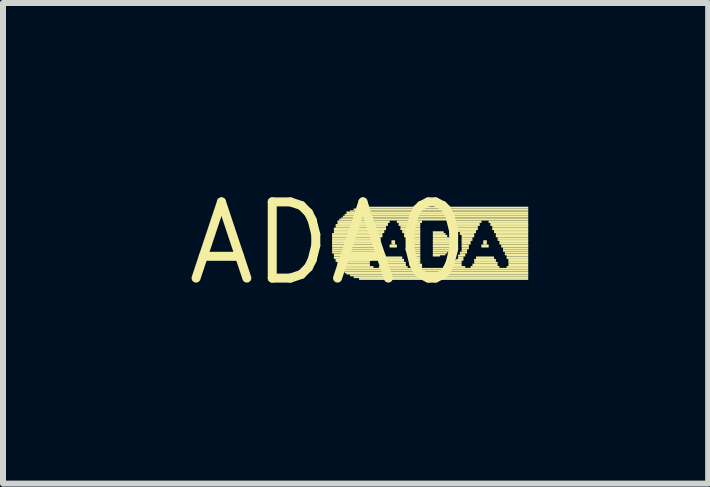
<source format=kicad_pcb>
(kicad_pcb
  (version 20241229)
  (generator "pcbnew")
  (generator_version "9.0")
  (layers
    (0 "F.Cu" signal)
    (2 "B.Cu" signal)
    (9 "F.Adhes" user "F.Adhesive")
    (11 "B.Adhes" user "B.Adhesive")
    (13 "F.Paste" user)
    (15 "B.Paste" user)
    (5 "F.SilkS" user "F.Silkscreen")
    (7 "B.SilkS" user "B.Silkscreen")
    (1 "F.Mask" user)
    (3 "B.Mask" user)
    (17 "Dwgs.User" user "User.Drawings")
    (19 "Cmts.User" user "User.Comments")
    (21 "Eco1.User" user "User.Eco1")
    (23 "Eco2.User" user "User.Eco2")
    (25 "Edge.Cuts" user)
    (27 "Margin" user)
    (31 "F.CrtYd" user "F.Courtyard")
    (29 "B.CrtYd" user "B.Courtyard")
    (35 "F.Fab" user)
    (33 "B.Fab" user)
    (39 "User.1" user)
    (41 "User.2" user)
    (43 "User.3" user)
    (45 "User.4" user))
  (footprint "ADA0"
    (layer "F.Cu")
    (at 2.426 1.006)
    (property "Reference" "ADA0" (at 0 0 0) (layer "F.SilkS") (effects (font (size 1.27 1.27) (thickness 0.15))))
    (attr through_hole)
    (fp_poly (pts (xy 0.06 -0.14) (xy 0.9 -0.14) (xy 0.9 -0.17) (xy 0.06 -0.17)) (stroke (width 0) (type solid)) (fill yes) (layer "F.SilkS"))
    (fp_poly (pts (xy 0.06 -0.1) (xy 0.9 -0.1) (xy 0.9 -0.14) (xy 0.06 -0.14)) (stroke (width 0) (type solid)) (fill yes) (layer "F.SilkS"))
    (fp_poly (pts (xy 0.06 -0.07) (xy 0.87 -0.07) (xy 0.87 -0.1) (xy 0.06 -0.1)) (stroke (width 0) (type solid)) (fill yes) (layer "F.SilkS"))
    (fp_poly (pts (xy 0.06 -0.04) (xy 0.87 -0.04) (xy 0.87 -0.07) (xy 0.06 -0.07)) (stroke (width 0) (type solid)) (fill yes) (layer "F.SilkS"))
    (fp_poly (pts (xy 0.06 -0.02) (xy 0.84 -0.02) (xy 0.84 -0.05) (xy 0.06 -0.05)) (stroke (width 0) (type solid)) (fill yes) (layer "F.SilkS"))
    (fp_poly (pts (xy 0.06 0.02) (xy 0.84 0.02) (xy 0.84 -0.02) (xy 0.06 -0.02)) (stroke (width 0) (type solid)) (fill yes) (layer "F.SilkS"))
    (fp_poly (pts (xy 0.06 0.05) (xy 0.81 0.05) (xy 0.81 0.02) (xy 0.06 0.02)) (stroke (width 0) (type solid)) (fill yes) (layer "F.SilkS"))
    (fp_poly (pts (xy 0.06 0.07) (xy 0.81 0.07) (xy 0.81 0.04) (xy 0.06 0.04)) (stroke (width 0) (type solid)) (fill yes) (layer "F.SilkS"))
    (fp_poly (pts (xy 0.06 0.1) (xy 0.81 0.1) (xy 0.81 0.07) (xy 0.06 0.07)) (stroke (width 0) (type solid)) (fill yes) (layer "F.SilkS"))
    (fp_poly (pts (xy 0.06 0.14) (xy 0.78 0.14) (xy 0.78 0.1) (xy 0.06 0.1)) (stroke (width 0) (type solid)) (fill yes) (layer "F.SilkS"))
    (fp_poly (pts (xy 0.06 0.17) (xy 0.78 0.17) (xy 0.78 0.14) (xy 0.06 0.14)) (stroke (width 0) (type solid)) (fill yes) (layer "F.SilkS"))
    (fp_poly (pts (xy 0.09 -0.22) (xy 0.96 -0.22) (xy 0.96 -0.26) (xy 0.09 -0.26)) (stroke (width 0) (type solid)) (fill yes) (layer "F.SilkS"))
    (fp_poly (pts (xy 0.09 -0.19) (xy 0.93 -0.19) (xy 0.93 -0.22) (xy 0.09 -0.22)) (stroke (width 0) (type solid)) (fill yes) (layer "F.SilkS"))
    (fp_poly (pts (xy 0.09 -0.17) (xy 0.93 -0.17) (xy 0.93 -0.2) (xy 0.09 -0.2)) (stroke (width 0) (type solid)) (fill yes) (layer "F.SilkS"))
    (fp_poly (pts (xy 0.09 0.2) (xy 0.75 0.2) (xy 0.75 0.17) (xy 0.09 0.17)) (stroke (width 0) (type solid)) (fill yes) (layer "F.SilkS"))
    (fp_poly (pts (xy 0.09 0.22) (xy 0.75 0.22) (xy 0.75 0.19) (xy 0.09 0.19)) (stroke (width 0) (type solid)) (fill yes) (layer "F.SilkS"))
    (fp_poly (pts (xy 0.09 0.26) (xy 0.72 0.26) (xy 0.72 0.22) (xy 0.09 0.22)) (stroke (width 0) (type solid)) (fill yes) (layer "F.SilkS"))
    (fp_poly (pts (xy 0.12 -0.29) (xy 0.99 -0.29) (xy 0.99 -0.32) (xy 0.12 -0.32)) (stroke (width 0) (type solid)) (fill yes) (layer "F.SilkS"))
    (fp_poly (pts (xy 0.12 -0.26) (xy 0.96 -0.26) (xy 0.96 -0.29) (xy 0.12 -0.29)) (stroke (width 0) (type solid)) (fill yes) (layer "F.SilkS"))
    (fp_poly (pts (xy 0.12 0.29) (xy 0.72 0.29) (xy 0.72 0.26) (xy 0.12 0.26)) (stroke (width 0) (type solid)) (fill yes) (layer "F.SilkS"))
    (fp_poly (pts (xy 0.12 0.31) (xy 0.69 0.31) (xy 0.69 0.28) (xy 0.12 0.28)) (stroke (width 0) (type solid)) (fill yes) (layer "F.SilkS"))
    (fp_poly (pts (xy 0.15 -0.34) (xy 1.02 -0.34) (xy 1.02 -0.38) (xy 0.15 -0.38)) (stroke (width 0) (type solid)) (fill yes) (layer "F.SilkS"))
    (fp_poly (pts (xy 0.15 -0.31) (xy 0.99 -0.31) (xy 0.99 -0.34) (xy 0.15 -0.34)) (stroke (width 0) (type solid)) (fill yes) (layer "F.SilkS"))
    (fp_poly (pts (xy 0.15 0.34) (xy 0.69 0.34) (xy 0.69 0.31) (xy 0.15 0.31)) (stroke (width 0) (type solid)) (fill yes) (layer "F.SilkS"))
    (fp_poly (pts (xy 0.15 0.38) (xy 0.69 0.38) (xy 0.69 0.34) (xy 0.15 0.34)) (stroke (width 0) (type solid)) (fill yes) (layer "F.SilkS"))
    (fp_poly (pts (xy 0.18 -0.38) (xy 3.33 -0.38) (xy 3.33 -0.41) (xy 0.18 -0.41)) (stroke (width 0) (type solid)) (fill yes) (layer "F.SilkS"))
    (fp_poly (pts (xy 0.18 0.41) (xy 0.75 0.41) (xy 0.75 0.38) (xy 0.18 0.38)) (stroke (width 0) (type solid)) (fill yes) (layer "F.SilkS"))
    (fp_poly (pts (xy 0.21 -0.41) (xy 3.33 -0.41) (xy 3.33 -0.43) (xy 0.21 -0.43)) (stroke (width 0) (type solid)) (fill yes) (layer "F.SilkS"))
    (fp_poly (pts (xy 0.21 0.44) (xy 3.33 0.44) (xy 3.33 0.41) (xy 0.21 0.41)) (stroke (width 0) (type solid)) (fill yes) (layer "F.SilkS"))
    (fp_poly (pts (xy 0.24 -0.43) (xy 3.33 -0.43) (xy 3.33 -0.46) (xy 0.24 -0.46)) (stroke (width 0) (type solid)) (fill yes) (layer "F.SilkS"))
    (fp_poly (pts (xy 0.24 0.47) (xy 3.33 0.47) (xy 3.33 0.44) (xy 0.24 0.44)) (stroke (width 0) (type solid)) (fill yes) (layer "F.SilkS"))
    (fp_poly (pts (xy 0.27 -0.46) (xy 3.33 -0.46) (xy 3.33 -0.49) (xy 0.27 -0.49)) (stroke (width 0) (type solid)) (fill yes) (layer "F.SilkS"))
    (fp_poly (pts (xy 0.27 0.5) (xy 3.33 0.5) (xy 3.33 0.47) (xy 0.27 0.47)) (stroke (width 0) (type solid)) (fill yes) (layer "F.SilkS"))
    (fp_poly (pts (xy 0.3 -0.49) (xy 3.33 -0.49) (xy 3.33 -0.53) (xy 0.3 -0.53)) (stroke (width 0) (type solid)) (fill yes) (layer "F.SilkS"))
    (fp_poly (pts (xy 0.3 0.52) (xy 3.33 0.52) (xy 3.33 0.49) (xy 0.3 0.49)) (stroke (width 0) (type solid)) (fill yes) (layer "F.SilkS"))
    (fp_poly (pts (xy 0.36 -0.53) (xy 3.33 -0.53) (xy 3.33 -0.55) (xy 0.36 -0.55)) (stroke (width 0) (type solid)) (fill yes) (layer "F.SilkS"))
    (fp_poly (pts (xy 0.36 0.55) (xy 3.33 0.55) (xy 3.33 0.52) (xy 0.36 0.52)) (stroke (width 0) (type solid)) (fill yes) (layer "F.SilkS"))
    (fp_poly (pts (xy 0.42 -0.55) (xy 3.33 -0.55) (xy 3.33 -0.58) (xy 0.42 -0.58)) (stroke (width 0) (type solid)) (fill yes) (layer "F.SilkS"))
    (fp_poly (pts (xy 0.42 0.58) (xy 3.33 0.58) (xy 3.33 0.55) (xy 0.42 0.55)) (stroke (width 0) (type solid)) (fill yes) (layer "F.SilkS"))
    (fp_poly (pts (xy 0.51 -0.58) (xy 3.33 -0.58) (xy 3.33 -0.61) (xy 0.51 -0.61)) (stroke (width 0) (type solid)) (fill yes) (layer "F.SilkS"))
    (fp_poly (pts (xy 0.51 0.61) (xy 3.33 0.61) (xy 3.33 0.58) (xy 0.51 0.58)) (stroke (width 0) (type solid)) (fill yes) (layer "F.SilkS"))
    (fp_poly (pts (xy 0.84 0.41) (xy 1.32 0.41) (xy 1.32 0.38) (xy 0.84 0.38)) (stroke (width 0) (type solid)) (fill yes) (layer "F.SilkS"))
    (fp_poly (pts (xy 0.87 0.38) (xy 1.29 0.38) (xy 1.29 0.34) (xy 0.87 0.34)) (stroke (width 0) (type solid)) (fill yes) (layer "F.SilkS"))
    (fp_poly (pts (xy 0.9 0.29) (xy 1.26 0.29) (xy 1.26 0.26) (xy 0.9 0.26)) (stroke (width 0) (type solid)) (fill yes) (layer "F.SilkS"))
    (fp_poly (pts (xy 0.9 0.31) (xy 1.26 0.31) (xy 1.26 0.28) (xy 0.9 0.28)) (stroke (width 0) (type solid)) (fill yes) (layer "F.SilkS"))
    (fp_poly (pts (xy 0.9 0.34) (xy 1.29 0.34) (xy 1.29 0.31) (xy 0.9 0.31)) (stroke (width 0) (type solid)) (fill yes) (layer "F.SilkS"))
    (fp_poly (pts (xy 0.93 0.26) (xy 1.23 0.26) (xy 1.23 0.22) (xy 0.93 0.22)) (stroke (width 0) (type solid)) (fill yes) (layer "F.SilkS"))
    (fp_poly (pts (xy 1.02 0.05) (xy 1.14 0.05) (xy 1.14 0.02) (xy 1.02 0.02)) (stroke (width 0) (type solid)) (fill yes) (layer "F.SilkS"))
    (fp_poly (pts (xy 1.02 0.07) (xy 1.14 0.07) (xy 1.14 0.04) (xy 1.02 0.04)) (stroke (width 0) (type solid)) (fill yes) (layer "F.SilkS"))
    (fp_poly (pts (xy 1.05 -0.02) (xy 1.11 -0.02) (xy 1.11 -0.05) (xy 1.05 -0.05)) (stroke (width 0) (type solid)) (fill yes) (layer "F.SilkS"))
    (fp_poly (pts (xy 1.05 0.02) (xy 1.11 0.02) (xy 1.11 -0.02) (xy 1.05 -0.02)) (stroke (width 0) (type solid)) (fill yes) (layer "F.SilkS"))
    (fp_poly (pts (xy 1.14 -0.34) (xy 1.56 -0.34) (xy 1.56 -0.38) (xy 1.14 -0.38)) (stroke (width 0) (type solid)) (fill yes) (layer "F.SilkS"))
    (fp_poly (pts (xy 1.17 -0.31) (xy 1.53 -0.31) (xy 1.53 -0.34) (xy 1.17 -0.34)) (stroke (width 0) (type solid)) (fill yes) (layer "F.SilkS"))
    (fp_poly (pts (xy 1.17 -0.29) (xy 1.53 -0.29) (xy 1.53 -0.32) (xy 1.17 -0.32)) (stroke (width 0) (type solid)) (fill yes) (layer "F.SilkS"))
    (fp_poly (pts (xy 1.2 -0.26) (xy 1.53 -0.26) (xy 1.53 -0.29) (xy 1.2 -0.29)) (stroke (width 0) (type solid)) (fill yes) (layer "F.SilkS"))
    (fp_poly (pts (xy 1.2 -0.22) (xy 1.53 -0.22) (xy 1.53 -0.26) (xy 1.2 -0.26)) (stroke (width 0) (type solid)) (fill yes) (layer "F.SilkS"))
    (fp_poly (pts (xy 1.23 -0.19) (xy 1.53 -0.19) (xy 1.53 -0.22) (xy 1.23 -0.22)) (stroke (width 0) (type solid)) (fill yes) (layer "F.SilkS"))
    (fp_poly (pts (xy 1.23 -0.17) (xy 1.53 -0.17) (xy 1.53 -0.2) (xy 1.23 -0.2)) (stroke (width 0) (type solid)) (fill yes) (layer "F.SilkS"))
    (fp_poly (pts (xy 1.26 -0.14) (xy 1.53 -0.14) (xy 1.53 -0.17) (xy 1.26 -0.17)) (stroke (width 0) (type solid)) (fill yes) (layer "F.SilkS"))
    (fp_poly (pts (xy 1.26 -0.1) (xy 1.53 -0.1) (xy 1.53 -0.14) (xy 1.26 -0.14)) (stroke (width 0) (type solid)) (fill yes) (layer "F.SilkS"))
    (fp_poly (pts (xy 1.29 -0.07) (xy 1.53 -0.07) (xy 1.53 -0.1) (xy 1.29 -0.1)) (stroke (width 0) (type solid)) (fill yes) (layer "F.SilkS"))
    (fp_poly (pts (xy 1.29 -0.04) (xy 1.53 -0.04) (xy 1.53 -0.07) (xy 1.29 -0.07)) (stroke (width 0) (type solid)) (fill yes) (layer "F.SilkS"))
    (fp_poly (pts (xy 1.32 -0.02) (xy 1.53 -0.02) (xy 1.53 -0.05) (xy 1.32 -0.05)) (stroke (width 0) (type solid)) (fill yes) (layer "F.SilkS"))
    (fp_poly (pts (xy 1.32 0.02) (xy 1.53 0.02) (xy 1.53 -0.02) (xy 1.32 -0.02)) (stroke (width 0) (type solid)) (fill yes) (layer "F.SilkS"))
    (fp_poly (pts (xy 1.35 0.05) (xy 1.53 0.05) (xy 1.53 0.02) (xy 1.35 0.02)) (stroke (width 0) (type solid)) (fill yes) (layer "F.SilkS"))
    (fp_poly (pts (xy 1.35 0.07) (xy 1.53 0.07) (xy 1.53 0.04) (xy 1.35 0.04)) (stroke (width 0) (type solid)) (fill yes) (layer "F.SilkS"))
    (fp_poly (pts (xy 1.38 0.1) (xy 1.53 0.1) (xy 1.53 0.07) (xy 1.38 0.07)) (stroke (width 0) (type solid)) (fill yes) (layer "F.SilkS"))
    (fp_poly (pts (xy 1.38 0.14) (xy 1.53 0.14) (xy 1.53 0.1) (xy 1.38 0.1)) (stroke (width 0) (type solid)) (fill yes) (layer "F.SilkS"))
    (fp_poly (pts (xy 1.41 0.17) (xy 1.53 0.17) (xy 1.53 0.14) (xy 1.41 0.14)) (stroke (width 0) (type solid)) (fill yes) (layer "F.SilkS"))
    (fp_poly (pts (xy 1.41 0.2) (xy 1.53 0.2) (xy 1.53 0.17) (xy 1.41 0.17)) (stroke (width 0) (type solid)) (fill yes) (layer "F.SilkS"))
    (fp_poly (pts (xy 1.44 0.22) (xy 1.53 0.22) (xy 1.53 0.19) (xy 1.44 0.19)) (stroke (width 0) (type solid)) (fill yes) (layer "F.SilkS"))
    (fp_poly (pts (xy 1.44 0.26) (xy 1.53 0.26) (xy 1.53 0.22) (xy 1.44 0.22)) (stroke (width 0) (type solid)) (fill yes) (layer "F.SilkS"))
    (fp_poly (pts (xy 1.44 0.41) (xy 1.56 0.41) (xy 1.56 0.38) (xy 1.44 0.38)) (stroke (width 0) (type solid)) (fill yes) (layer "F.SilkS"))
    (fp_poly (pts (xy 1.47 0.29) (xy 1.53 0.29) (xy 1.53 0.26) (xy 1.47 0.26)) (stroke (width 0) (type solid)) (fill yes) (layer "F.SilkS"))
    (fp_poly (pts (xy 1.47 0.31) (xy 1.53 0.31) (xy 1.53 0.28) (xy 1.47 0.28)) (stroke (width 0) (type solid)) (fill yes) (layer "F.SilkS"))
    (fp_poly (pts (xy 1.47 0.34) (xy 1.53 0.34) (xy 1.53 0.31) (xy 1.47 0.31)) (stroke (width 0) (type solid)) (fill yes) (layer "F.SilkS"))
    (fp_poly (pts (xy 1.47 0.38) (xy 1.56 0.38) (xy 1.56 0.34) (xy 1.47 0.34)) (stroke (width 0) (type solid)) (fill yes) (layer "F.SilkS"))
    (fp_poly (pts (xy 1.74 -0.17) (xy 1.92 -0.17) (xy 1.92 -0.2) (xy 1.74 -0.2)) (stroke (width 0) (type solid)) (fill yes) (layer "F.SilkS"))
    (fp_poly (pts (xy 1.74 -0.14) (xy 1.95 -0.14) (xy 1.95 -0.17) (xy 1.74 -0.17)) (stroke (width 0) (type solid)) (fill yes) (layer "F.SilkS"))
    (fp_poly (pts (xy 1.74 -0.1) (xy 1.98 -0.1) (xy 1.98 -0.14) (xy 1.74 -0.14)) (stroke (width 0) (type solid)) (fill yes) (layer "F.SilkS"))
    (fp_poly (pts (xy 1.74 -0.07) (xy 2.01 -0.07) (xy 2.01 -0.1) (xy 1.74 -0.1)) (stroke (width 0) (type solid)) (fill yes) (layer "F.SilkS"))
    (fp_poly (pts (xy 1.74 -0.04) (xy 2.04 -0.04) (xy 2.04 -0.07) (xy 1.74 -0.07)) (stroke (width 0) (type solid)) (fill yes) (layer "F.SilkS"))
    (fp_poly (pts (xy 1.74 -0.02) (xy 2.04 -0.02) (xy 2.04 -0.05) (xy 1.74 -0.05)) (stroke (width 0) (type solid)) (fill yes) (layer "F.SilkS"))
    (fp_poly (pts (xy 1.74 0.02) (xy 2.04 0.02) (xy 2.04 -0.02) (xy 1.74 -0.02)) (stroke (width 0) (type solid)) (fill yes) (layer "F.SilkS"))
    (fp_poly (pts (xy 1.74 0.05) (xy 2.04 0.05) (xy 2.04 0.02) (xy 1.74 0.02)) (stroke (width 0) (type solid)) (fill yes) (layer "F.SilkS"))
    (fp_poly (pts (xy 1.74 0.07) (xy 2.04 0.07) (xy 2.04 0.04) (xy 1.74 0.04)) (stroke (width 0) (type solid)) (fill yes) (layer "F.SilkS"))
    (fp_poly (pts (xy 1.74 0.1) (xy 2.01 0.1) (xy 2.01 0.07) (xy 1.74 0.07)) (stroke (width 0) (type solid)) (fill yes) (layer "F.SilkS"))
    (fp_poly (pts (xy 1.74 0.14) (xy 2.01 0.14) (xy 2.01 0.1) (xy 1.74 0.1)) (stroke (width 0) (type solid)) (fill yes) (layer "F.SilkS"))
    (fp_poly (pts (xy 1.74 0.17) (xy 1.98 0.17) (xy 1.98 0.14) (xy 1.74 0.14)) (stroke (width 0) (type solid)) (fill yes) (layer "F.SilkS"))
    (fp_poly (pts (xy 1.74 0.2) (xy 1.95 0.2) (xy 1.95 0.17) (xy 1.74 0.17)) (stroke (width 0) (type solid)) (fill yes) (layer "F.SilkS"))
    (fp_poly (pts (xy 1.74 0.22) (xy 1.86 0.22) (xy 1.86 0.19) (xy 1.74 0.19)) (stroke (width 0) (type solid)) (fill yes) (layer "F.SilkS"))
    (fp_poly (pts (xy 1.92 0.41) (xy 2.28 0.41) (xy 2.28 0.38) (xy 1.92 0.38)) (stroke (width 0) (type solid)) (fill yes) (layer "F.SilkS"))
    (fp_poly (pts (xy 1.98 -0.34) (xy 2.55 -0.34) (xy 2.55 -0.38) (xy 1.98 -0.38)) (stroke (width 0) (type solid)) (fill yes) (layer "F.SilkS"))
    (fp_poly (pts (xy 2.01 0.38) (xy 2.22 0.38) (xy 2.22 0.34) (xy 2.01 0.34)) (stroke (width 0) (type solid)) (fill yes) (layer "F.SilkS"))
    (fp_poly (pts (xy 2.04 -0.31) (xy 2.52 -0.31) (xy 2.52 -0.34) (xy 2.04 -0.34)) (stroke (width 0) (type solid)) (fill yes) (layer "F.SilkS"))
    (fp_poly (pts (xy 2.07 -0.29) (xy 2.52 -0.29) (xy 2.52 -0.32) (xy 2.07 -0.32)) (stroke (width 0) (type solid)) (fill yes) (layer "F.SilkS"))
    (fp_poly (pts (xy 2.07 0.34) (xy 2.22 0.34) (xy 2.22 0.31) (xy 2.07 0.31)) (stroke (width 0) (type solid)) (fill yes) (layer "F.SilkS"))
    (fp_poly (pts (xy 2.1 -0.26) (xy 2.49 -0.26) (xy 2.49 -0.29) (xy 2.1 -0.29)) (stroke (width 0) (type solid)) (fill yes) (layer "F.SilkS"))
    (fp_poly (pts (xy 2.1 0.31) (xy 2.22 0.31) (xy 2.22 0.28) (xy 2.1 0.28)) (stroke (width 0) (type solid)) (fill yes) (layer "F.SilkS"))
    (fp_poly (pts (xy 2.13 -0.22) (xy 2.49 -0.22) (xy 2.49 -0.26) (xy 2.13 -0.26)) (stroke (width 0) (type solid)) (fill yes) (layer "F.SilkS"))
    (fp_poly (pts (xy 2.13 0.29) (xy 2.25 0.29) (xy 2.25 0.26) (xy 2.13 0.26)) (stroke (width 0) (type solid)) (fill yes) (layer "F.SilkS"))
    (fp_poly (pts (xy 2.16 -0.19) (xy 2.46 -0.19) (xy 2.46 -0.22) (xy 2.16 -0.22)) (stroke (width 0) (type solid)) (fill yes) (layer "F.SilkS"))
    (fp_poly (pts (xy 2.16 0.22) (xy 2.28 0.22) (xy 2.28 0.19) (xy 2.16 0.19)) (stroke (width 0) (type solid)) (fill yes) (layer "F.SilkS"))
    (fp_poly (pts (xy 2.16 0.26) (xy 2.25 0.26) (xy 2.25 0.22) (xy 2.16 0.22)) (stroke (width 0) (type solid)) (fill yes) (layer "F.SilkS"))
    (fp_poly (pts (xy 2.19 -0.17) (xy 2.46 -0.17) (xy 2.46 -0.2) (xy 2.19 -0.2)) (stroke (width 0) (type solid)) (fill yes) (layer "F.SilkS"))
    (fp_poly (pts (xy 2.19 -0.14) (xy 2.43 -0.14) (xy 2.43 -0.17) (xy 2.19 -0.17)) (stroke (width 0) (type solid)) (fill yes) (layer "F.SilkS"))
    (fp_poly (pts (xy 2.19 0.17) (xy 2.31 0.17) (xy 2.31 0.14) (xy 2.19 0.14)) (stroke (width 0) (type solid)) (fill yes) (layer "F.SilkS"))
    (fp_poly (pts (xy 2.19 0.2) (xy 2.28 0.2) (xy 2.28 0.17) (xy 2.19 0.17)) (stroke (width 0) (type solid)) (fill yes) (layer "F.SilkS"))
    (fp_poly (pts (xy 2.22 -0.1) (xy 2.43 -0.1) (xy 2.43 -0.14) (xy 2.22 -0.14)) (stroke (width 0) (type solid)) (fill yes) (layer "F.SilkS"))
    (fp_poly (pts (xy 2.22 -0.07) (xy 2.4 -0.07) (xy 2.4 -0.1) (xy 2.22 -0.1)) (stroke (width 0) (type solid)) (fill yes) (layer "F.SilkS"))
    (fp_poly (pts (xy 2.22 -0.04) (xy 2.4 -0.04) (xy 2.4 -0.07) (xy 2.22 -0.07)) (stroke (width 0) (type solid)) (fill yes) (layer "F.SilkS"))
    (fp_poly (pts (xy 2.22 -0.02) (xy 2.37 -0.02) (xy 2.37 -0.05) (xy 2.22 -0.05)) (stroke (width 0) (type solid)) (fill yes) (layer "F.SilkS"))
    (fp_poly (pts (xy 2.22 0.02) (xy 2.37 0.02) (xy 2.37 -0.02) (xy 2.22 -0.02)) (stroke (width 0) (type solid)) (fill yes) (layer "F.SilkS"))
    (fp_poly (pts (xy 2.22 0.05) (xy 2.34 0.05) (xy 2.34 0.02) (xy 2.22 0.02)) (stroke (width 0) (type solid)) (fill yes) (layer "F.SilkS"))
    (fp_poly (pts (xy 2.22 0.07) (xy 2.34 0.07) (xy 2.34 0.04) (xy 2.22 0.04)) (stroke (width 0) (type solid)) (fill yes) (layer "F.SilkS"))
    (fp_poly (pts (xy 2.22 0.1) (xy 2.34 0.1) (xy 2.34 0.07) (xy 2.22 0.07)) (stroke (width 0) (type solid)) (fill yes) (layer "F.SilkS"))
    (fp_poly (pts (xy 2.22 0.14) (xy 2.31 0.14) (xy 2.31 0.1) (xy 2.22 0.1)) (stroke (width 0) (type solid)) (fill yes) (layer "F.SilkS"))
    (fp_poly (pts (xy 2.37 0.41) (xy 2.85 0.41) (xy 2.85 0.38) (xy 2.37 0.38)) (stroke (width 0) (type solid)) (fill yes) (layer "F.SilkS"))
    (fp_poly (pts (xy 2.4 0.38) (xy 2.82 0.38) (xy 2.82 0.34) (xy 2.4 0.34)) (stroke (width 0) (type solid)) (fill yes) (layer "F.SilkS"))
    (fp_poly (pts (xy 2.43 0.29) (xy 2.79 0.29) (xy 2.79 0.26) (xy 2.43 0.26)) (stroke (width 0) (type solid)) (fill yes) (layer "F.SilkS"))
    (fp_poly (pts (xy 2.43 0.31) (xy 2.79 0.31) (xy 2.79 0.28) (xy 2.43 0.28)) (stroke (width 0) (type solid)) (fill yes) (layer "F.SilkS"))
    (fp_poly (pts (xy 2.43 0.34) (xy 2.82 0.34) (xy 2.82 0.31) (xy 2.43 0.31)) (stroke (width 0) (type solid)) (fill yes) (layer "F.SilkS"))
    (fp_poly (pts (xy 2.46 0.26) (xy 2.76 0.26) (xy 2.76 0.22) (xy 2.46 0.22)) (stroke (width 0) (type solid)) (fill yes) (layer "F.SilkS"))
    (fp_poly (pts (xy 2.55 0.05) (xy 2.67 0.05) (xy 2.67 0.02) (xy 2.55 0.02)) (stroke (width 0) (type solid)) (fill yes) (layer "F.SilkS"))
    (fp_poly (pts (xy 2.55 0.07) (xy 2.67 0.07) (xy 2.67 0.04) (xy 2.55 0.04)) (stroke (width 0) (type solid)) (fill yes) (layer "F.SilkS"))
    (fp_poly (pts (xy 2.58 -0.02) (xy 2.64 -0.02) (xy 2.64 -0.05) (xy 2.58 -0.05)) (stroke (width 0) (type solid)) (fill yes) (layer "F.SilkS"))
    (fp_poly (pts (xy 2.58 0.02) (xy 2.64 0.02) (xy 2.64 -0.02) (xy 2.58 -0.02)) (stroke (width 0) (type solid)) (fill yes) (layer "F.SilkS"))
    (fp_poly (pts (xy 2.67 -0.34) (xy 3.33 -0.34) (xy 3.33 -0.38) (xy 2.67 -0.38)) (stroke (width 0) (type solid)) (fill yes) (layer "F.SilkS"))
    (fp_poly (pts (xy 2.7 -0.31) (xy 3.33 -0.31) (xy 3.33 -0.34) (xy 2.7 -0.34)) (stroke (width 0) (type solid)) (fill yes) (layer "F.SilkS"))
    (fp_poly (pts (xy 2.7 -0.29) (xy 3.33 -0.29) (xy 3.33 -0.32) (xy 2.7 -0.32)) (stroke (width 0) (type solid)) (fill yes) (layer "F.SilkS"))
    (fp_poly (pts (xy 2.73 -0.26) (xy 3.33 -0.26) (xy 3.33 -0.29) (xy 2.73 -0.29)) (stroke (width 0) (type solid)) (fill yes) (layer "F.SilkS"))
    (fp_poly (pts (xy 2.73 -0.22) (xy 3.33 -0.22) (xy 3.33 -0.26) (xy 2.73 -0.26)) (stroke (width 0) (type solid)) (fill yes) (layer "F.SilkS"))
    (fp_poly (pts (xy 2.76 -0.19) (xy 3.33 -0.19) (xy 3.33 -0.22) (xy 2.76 -0.22)) (stroke (width 0) (type solid)) (fill yes) (layer "F.SilkS"))
    (fp_poly (pts (xy 2.76 -0.17) (xy 3.33 -0.17) (xy 3.33 -0.2) (xy 2.76 -0.2)) (stroke (width 0) (type solid)) (fill yes) (layer "F.SilkS"))
    (fp_poly (pts (xy 2.79 -0.14) (xy 3.33 -0.14) (xy 3.33 -0.17) (xy 2.79 -0.17)) (stroke (width 0) (type solid)) (fill yes) (layer "F.SilkS"))
    (fp_poly (pts (xy 2.79 -0.1) (xy 3.33 -0.1) (xy 3.33 -0.14) (xy 2.79 -0.14)) (stroke (width 0) (type solid)) (fill yes) (layer "F.SilkS"))
    (fp_poly (pts (xy 2.82 -0.07) (xy 3.33 -0.07) (xy 3.33 -0.1) (xy 2.82 -0.1)) (stroke (width 0) (type solid)) (fill yes) (layer "F.SilkS"))
    (fp_poly (pts (xy 2.82 -0.04) (xy 3.33 -0.04) (xy 3.33 -0.07) (xy 2.82 -0.07)) (stroke (width 0) (type solid)) (fill yes) (layer "F.SilkS"))
    (fp_poly (pts (xy 2.85 -0.02) (xy 3.33 -0.02) (xy 3.33 -0.05) (xy 2.85 -0.05)) (stroke (width 0) (type solid)) (fill yes) (layer "F.SilkS"))
    (fp_poly (pts (xy 2.85 0.02) (xy 3.33 0.02) (xy 3.33 -0.02) (xy 2.85 -0.02)) (stroke (width 0) (type solid)) (fill yes) (layer "F.SilkS"))
    (fp_poly (pts (xy 2.88 0.05) (xy 3.33 0.05) (xy 3.33 0.02) (xy 2.88 0.02)) (stroke (width 0) (type solid)) (fill yes) (layer "F.SilkS"))
    (fp_poly (pts (xy 2.88 0.07) (xy 3.33 0.07) (xy 3.33 0.04) (xy 2.88 0.04)) (stroke (width 0) (type solid)) (fill yes) (layer "F.SilkS"))
    (fp_poly (pts (xy 2.91 0.1) (xy 3.33 0.1) (xy 3.33 0.07) (xy 2.91 0.07)) (stroke (width 0) (type solid)) (fill yes) (layer "F.SilkS"))
    (fp_poly (pts (xy 2.91 0.14) (xy 3.33 0.14) (xy 3.33 0.1) (xy 2.91 0.1)) (stroke (width 0) (type solid)) (fill yes) (layer "F.SilkS"))
    (fp_poly (pts (xy 2.94 0.17) (xy 3.33 0.17) (xy 3.33 0.14) (xy 2.94 0.14)) (stroke (width 0) (type solid)) (fill yes) (layer "F.SilkS"))
    (fp_poly (pts (xy 2.94 0.2) (xy 3.33 0.2) (xy 3.33 0.17) (xy 2.94 0.17)) (stroke (width 0) (type solid)) (fill yes) (layer "F.SilkS"))
    (fp_poly (pts (xy 2.97 0.22) (xy 3.33 0.22) (xy 3.33 0.19) (xy 2.97 0.19)) (stroke (width 0) (type solid)) (fill yes) (layer "F.SilkS"))
    (fp_poly (pts (xy 2.97 0.26) (xy 3.33 0.26) (xy 3.33 0.22) (xy 2.97 0.22)) (stroke (width 0) (type solid)) (fill yes) (layer "F.SilkS"))
    (fp_poly (pts (xy 2.97 0.41) (xy 3.33 0.41) (xy 3.33 0.38) (xy 2.97 0.38)) (stroke (width 0) (type solid)) (fill yes) (layer "F.SilkS"))
    (fp_poly (pts (xy 3 0.29) (xy 3.33 0.29) (xy 3.33 0.26) (xy 3 0.26)) (stroke (width 0) (type solid)) (fill yes) (layer "F.SilkS"))
    (fp_poly (pts (xy 3 0.31) (xy 3.33 0.31) (xy 3.33 0.28) (xy 3 0.28)) (stroke (width 0) (type solid)) (fill yes) (layer "F.SilkS"))
    (fp_poly (pts (xy 3 0.34) (xy 3.33 0.34) (xy 3.33 0.31) (xy 3 0.31)) (stroke (width 0) (type solid)) (fill yes) (layer "F.SilkS"))
    (fp_poly (pts (xy 3 0.38) (xy 3.33 0.38) (xy 3.33 0.34) (xy 3 0.34)) (stroke (width 0) (type solid)) (fill yes) (layer "F.SilkS")))
  (gr_rect
    (start -3 -3)
    (end 8.756 5.012)
    (stroke (width 0.1) (type default))
    (fill no)
    (layer "Edge.Cuts")))
</source>
